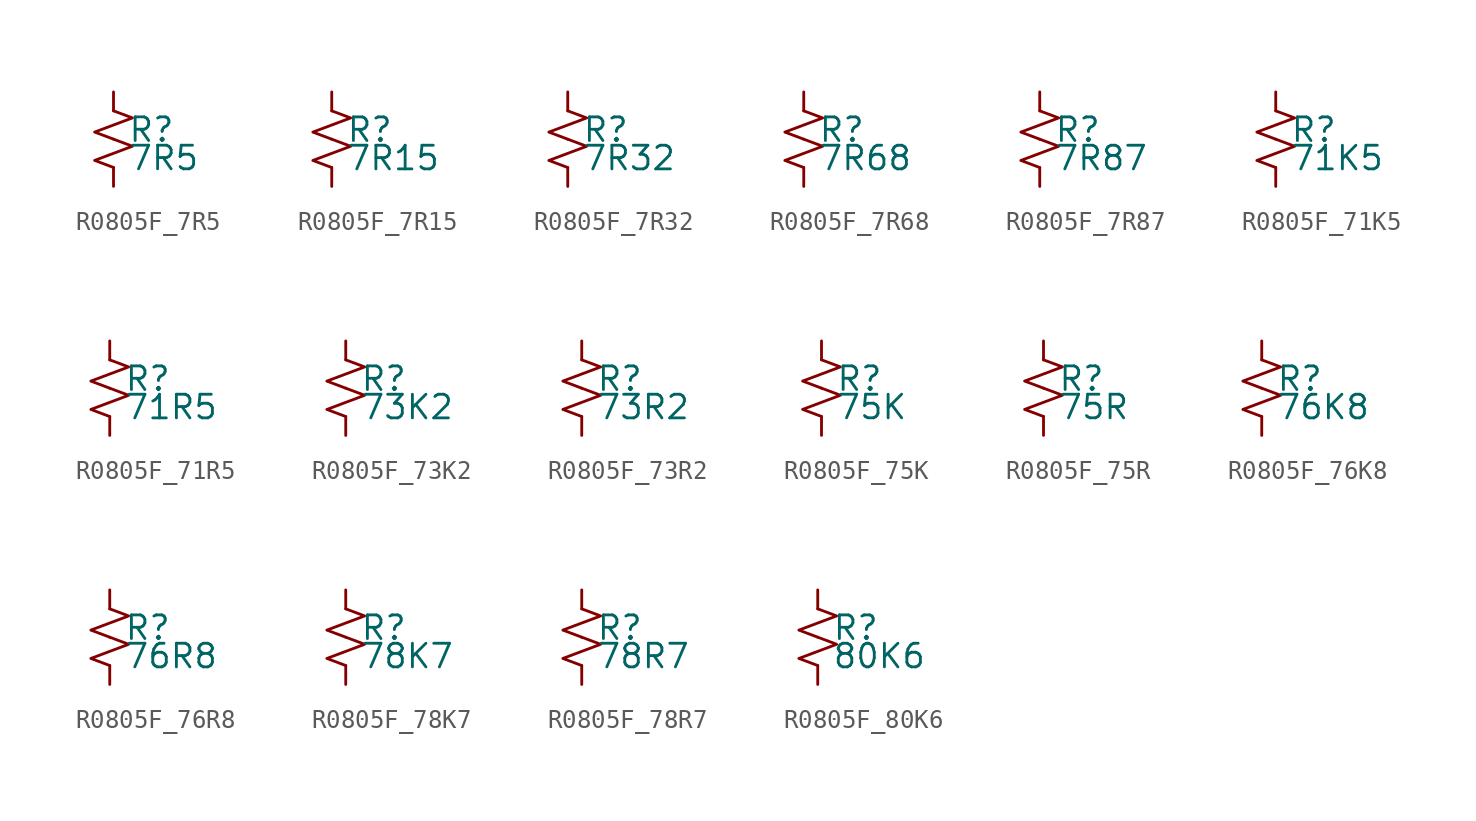
<source format=kicad_sym>
(kicad_symbol_lib
  (version 20220914)
  (generator kicad_symbol_editor)
  (symbol "R0805F_7R5"
    (pin_numbers hide)
    (pin_names
      (offset 0.254) hide)
    (property "Reference" "R"
      (at 0.762 0.508 0)
      (effects (font (size 1.27 1.27)) (justify left)))
    (property "Value" "7R5"
      (at 0.762 -1.016 0)
      (effects (font (size 1.27 1.27)) (justify left)))
    (symbol "R0805F_7R5_1_1"
      (polyline (pts (xy 0 0) (xy 1.016 -0.381) (xy 0 -0.762) (xy -1.016 -1.143) (xy 0 -1.524)) (stroke (width 0) (type default)) (fill (type none)))
      (polyline (pts (xy 0 1.524) (xy 1.016 1.143) (xy 0 0.762) (xy -1.016 0.381) (xy 0 0)) (stroke (width 0) (type default)) (fill (type none)))
      (pin passive line (at 0 2.54 270) (length 1.016) (name "~" (effects (font (size 1.27 1.27)))) (number "1" (effects (font (size 1.27 1.27)))))
      (pin passive line (at 0 -2.54 90) (length 1.016) (name "~" (effects (font (size 1.27 1.27)))) (number "2" (effects (font (size 1.27 1.27)))))))
  (symbol "R0805F_7R15"
    (pin_numbers hide)
    (pin_names
      (offset 0.254) hide)
    (property "Reference" "R"
      (at 0.762 0.508 0)
      (effects (font (size 1.27 1.27)) (justify left)))
    (property "Value" "7R15"
      (at 0.762 -1.016 0)
      (effects (font (size 1.27 1.27)) (justify left)))
    (symbol "R0805F_7R15_1_1"
      (polyline (pts (xy 0 0) (xy 1.016 -0.381) (xy 0 -0.762) (xy -1.016 -1.143) (xy 0 -1.524)) (stroke (width 0) (type default)) (fill (type none)))
      (polyline (pts (xy 0 1.524) (xy 1.016 1.143) (xy 0 0.762) (xy -1.016 0.381) (xy 0 0)) (stroke (width 0) (type default)) (fill (type none)))
      (pin passive line (at 0 2.54 270) (length 1.016) (name "~" (effects (font (size 1.27 1.27)))) (number "1" (effects (font (size 1.27 1.27)))))
      (pin passive line (at 0 -2.54 90) (length 1.016) (name "~" (effects (font (size 1.27 1.27)))) (number "2" (effects (font (size 1.27 1.27)))))))
  (symbol "R0805F_7R32"
    (pin_numbers hide)
    (pin_names
      (offset 0.254) hide)
    (property "Reference" "R"
      (at 0.762 0.508 0)
      (effects (font (size 1.27 1.27)) (justify left)))
    (property "Value" "7R32"
      (at 0.762 -1.016 0)
      (effects (font (size 1.27 1.27)) (justify left)))
    (symbol "R0805F_7R32_1_1"
      (polyline (pts (xy 0 0) (xy 1.016 -0.381) (xy 0 -0.762) (xy -1.016 -1.143) (xy 0 -1.524)) (stroke (width 0) (type default)) (fill (type none)))
      (polyline (pts (xy 0 1.524) (xy 1.016 1.143) (xy 0 0.762) (xy -1.016 0.381) (xy 0 0)) (stroke (width 0) (type default)) (fill (type none)))
      (pin passive line (at 0 2.54 270) (length 1.016) (name "~" (effects (font (size 1.27 1.27)))) (number "1" (effects (font (size 1.27 1.27)))))
      (pin passive line (at 0 -2.54 90) (length 1.016) (name "~" (effects (font (size 1.27 1.27)))) (number "2" (effects (font (size 1.27 1.27)))))))
  (symbol "R0805F_7R68"
    (pin_numbers hide)
    (pin_names
      (offset 0.254) hide)
    (property "Reference" "R"
      (at 0.762 0.508 0)
      (effects (font (size 1.27 1.27)) (justify left)))
    (property "Value" "7R68"
      (at 0.762 -1.016 0)
      (effects (font (size 1.27 1.27)) (justify left)))
    (symbol "R0805F_7R68_1_1"
      (polyline (pts (xy 0 0) (xy 1.016 -0.381) (xy 0 -0.762) (xy -1.016 -1.143) (xy 0 -1.524)) (stroke (width 0) (type default)) (fill (type none)))
      (polyline (pts (xy 0 1.524) (xy 1.016 1.143) (xy 0 0.762) (xy -1.016 0.381) (xy 0 0)) (stroke (width 0) (type default)) (fill (type none)))
      (pin passive line (at 0 2.54 270) (length 1.016) (name "~" (effects (font (size 1.27 1.27)))) (number "1" (effects (font (size 1.27 1.27)))))
      (pin passive line (at 0 -2.54 90) (length 1.016) (name "~" (effects (font (size 1.27 1.27)))) (number "2" (effects (font (size 1.27 1.27)))))))
  (symbol "R0805F_7R87"
    (pin_numbers hide)
    (pin_names
      (offset 0.254) hide)
    (property "Reference" "R"
      (at 0.762 0.508 0)
      (effects (font (size 1.27 1.27)) (justify left)))
    (property "Value" "7R87"
      (at 0.762 -1.016 0)
      (effects (font (size 1.27 1.27)) (justify left)))
    (symbol "R0805F_7R87_1_1"
      (polyline (pts (xy 0 0) (xy 1.016 -0.381) (xy 0 -0.762) (xy -1.016 -1.143) (xy 0 -1.524)) (stroke (width 0) (type default)) (fill (type none)))
      (polyline (pts (xy 0 1.524) (xy 1.016 1.143) (xy 0 0.762) (xy -1.016 0.381) (xy 0 0)) (stroke (width 0) (type default)) (fill (type none)))
      (pin passive line (at 0 2.54 270) (length 1.016) (name "~" (effects (font (size 1.27 1.27)))) (number "1" (effects (font (size 1.27 1.27)))))
      (pin passive line (at 0 -2.54 90) (length 1.016) (name "~" (effects (font (size 1.27 1.27)))) (number "2" (effects (font (size 1.27 1.27)))))))
  (symbol "R0805F_71K5"
    (pin_numbers hide)
    (pin_names
      (offset 0.254) hide)
    (property "Reference" "R"
      (at 0.762 0.508 0)
      (effects (font (size 1.27 1.27)) (justify left)))
    (property "Value" "71K5"
      (at 0.762 -1.016 0)
      (effects (font (size 1.27 1.27)) (justify left)))
    (symbol "R0805F_71K5_1_1"
      (polyline (pts (xy 0 0) (xy 1.016 -0.381) (xy 0 -0.762) (xy -1.016 -1.143) (xy 0 -1.524)) (stroke (width 0) (type default)) (fill (type none)))
      (polyline (pts (xy 0 1.524) (xy 1.016 1.143) (xy 0 0.762) (xy -1.016 0.381) (xy 0 0)) (stroke (width 0) (type default)) (fill (type none)))
      (pin passive line (at 0 2.54 270) (length 1.016) (name "~" (effects (font (size 1.27 1.27)))) (number "1" (effects (font (size 1.27 1.27)))))
      (pin passive line (at 0 -2.54 90) (length 1.016) (name "~" (effects (font (size 1.27 1.27)))) (number "2" (effects (font (size 1.27 1.27)))))))
  (symbol "R0805F_71R5"
    (pin_numbers hide)
    (pin_names
      (offset 0.254) hide)
    (property "Reference" "R"
      (at 0.762 0.508 0)
      (effects (font (size 1.27 1.27)) (justify left)))
    (property "Value" "71R5"
      (at 0.762 -1.016 0)
      (effects (font (size 1.27 1.27)) (justify left)))
    (symbol "R0805F_71R5_1_1"
      (polyline (pts (xy 0 0) (xy 1.016 -0.381) (xy 0 -0.762) (xy -1.016 -1.143) (xy 0 -1.524)) (stroke (width 0) (type default)) (fill (type none)))
      (polyline (pts (xy 0 1.524) (xy 1.016 1.143) (xy 0 0.762) (xy -1.016 0.381) (xy 0 0)) (stroke (width 0) (type default)) (fill (type none)))
      (pin passive line (at 0 2.54 270) (length 1.016) (name "~" (effects (font (size 1.27 1.27)))) (number "1" (effects (font (size 1.27 1.27)))))
      (pin passive line (at 0 -2.54 90) (length 1.016) (name "~" (effects (font (size 1.27 1.27)))) (number "2" (effects (font (size 1.27 1.27)))))))
  (symbol "R0805F_73K2"
    (pin_numbers hide)
    (pin_names
      (offset 0.254) hide)
    (property "Reference" "R"
      (at 0.762 0.508 0)
      (effects (font (size 1.27 1.27)) (justify left)))
    (property "Value" "73K2"
      (at 0.762 -1.016 0)
      (effects (font (size 1.27 1.27)) (justify left)))
    (symbol "R0805F_73K2_1_1"
      (polyline (pts (xy 0 0) (xy 1.016 -0.381) (xy 0 -0.762) (xy -1.016 -1.143) (xy 0 -1.524)) (stroke (width 0) (type default)) (fill (type none)))
      (polyline (pts (xy 0 1.524) (xy 1.016 1.143) (xy 0 0.762) (xy -1.016 0.381) (xy 0 0)) (stroke (width 0) (type default)) (fill (type none)))
      (pin passive line (at 0 2.54 270) (length 1.016) (name "~" (effects (font (size 1.27 1.27)))) (number "1" (effects (font (size 1.27 1.27)))))
      (pin passive line (at 0 -2.54 90) (length 1.016) (name "~" (effects (font (size 1.27 1.27)))) (number "2" (effects (font (size 1.27 1.27)))))))
  (symbol "R0805F_73R2"
    (pin_numbers hide)
    (pin_names
      (offset 0.254) hide)
    (property "Reference" "R"
      (at 0.762 0.508 0)
      (effects (font (size 1.27 1.27)) (justify left)))
    (property "Value" "73R2"
      (at 0.762 -1.016 0)
      (effects (font (size 1.27 1.27)) (justify left)))
    (symbol "R0805F_73R2_1_1"
      (polyline (pts (xy 0 0) (xy 1.016 -0.381) (xy 0 -0.762) (xy -1.016 -1.143) (xy 0 -1.524)) (stroke (width 0) (type default)) (fill (type none)))
      (polyline (pts (xy 0 1.524) (xy 1.016 1.143) (xy 0 0.762) (xy -1.016 0.381) (xy 0 0)) (stroke (width 0) (type default)) (fill (type none)))
      (pin passive line (at 0 2.54 270) (length 1.016) (name "~" (effects (font (size 1.27 1.27)))) (number "1" (effects (font (size 1.27 1.27)))))
      (pin passive line (at 0 -2.54 90) (length 1.016) (name "~" (effects (font (size 1.27 1.27)))) (number "2" (effects (font (size 1.27 1.27)))))))
  (symbol "R0805F_75K"
    (pin_numbers hide)
    (pin_names
      (offset 0.254) hide)
    (property "Reference" "R"
      (at 0.762 0.508 0)
      (effects (font (size 1.27 1.27)) (justify left)))
    (property "Value" "75K"
      (at 0.762 -1.016 0)
      (effects (font (size 1.27 1.27)) (justify left)))
    (symbol "R0805F_75K_1_1"
      (polyline (pts (xy 0 0) (xy 1.016 -0.381) (xy 0 -0.762) (xy -1.016 -1.143) (xy 0 -1.524)) (stroke (width 0) (type default)) (fill (type none)))
      (polyline (pts (xy 0 1.524) (xy 1.016 1.143) (xy 0 0.762) (xy -1.016 0.381) (xy 0 0)) (stroke (width 0) (type default)) (fill (type none)))
      (pin passive line (at 0 2.54 270) (length 1.016) (name "~" (effects (font (size 1.27 1.27)))) (number "1" (effects (font (size 1.27 1.27)))))
      (pin passive line (at 0 -2.54 90) (length 1.016) (name "~" (effects (font (size 1.27 1.27)))) (number "2" (effects (font (size 1.27 1.27)))))))
  (symbol "R0805F_75R"
    (pin_numbers hide)
    (pin_names
      (offset 0.254) hide)
    (property "Reference" "R"
      (at 0.762 0.508 0)
      (effects (font (size 1.27 1.27)) (justify left)))
    (property "Value" "75R"
      (at 0.762 -1.016 0)
      (effects (font (size 1.27 1.27)) (justify left)))
    (symbol "R0805F_75R_1_1"
      (polyline (pts (xy 0 0) (xy 1.016 -0.381) (xy 0 -0.762) (xy -1.016 -1.143) (xy 0 -1.524)) (stroke (width 0) (type default)) (fill (type none)))
      (polyline (pts (xy 0 1.524) (xy 1.016 1.143) (xy 0 0.762) (xy -1.016 0.381) (xy 0 0)) (stroke (width 0) (type default)) (fill (type none)))
      (pin passive line (at 0 2.54 270) (length 1.016) (name "~" (effects (font (size 1.27 1.27)))) (number "1" (effects (font (size 1.27 1.27)))))
      (pin passive line (at 0 -2.54 90) (length 1.016) (name "~" (effects (font (size 1.27 1.27)))) (number "2" (effects (font (size 1.27 1.27)))))))
  (symbol "R0805F_76K8"
    (pin_numbers hide)
    (pin_names
      (offset 0.254) hide)
    (property "Reference" "R"
      (at 0.762 0.508 0)
      (effects (font (size 1.27 1.27)) (justify left)))
    (property "Value" "76K8"
      (at 0.762 -1.016 0)
      (effects (font (size 1.27 1.27)) (justify left)))
    (symbol "R0805F_76K8_1_1"
      (polyline (pts (xy 0 0) (xy 1.016 -0.381) (xy 0 -0.762) (xy -1.016 -1.143) (xy 0 -1.524)) (stroke (width 0) (type default)) (fill (type none)))
      (polyline (pts (xy 0 1.524) (xy 1.016 1.143) (xy 0 0.762) (xy -1.016 0.381) (xy 0 0)) (stroke (width 0) (type default)) (fill (type none)))
      (pin passive line (at 0 2.54 270) (length 1.016) (name "~" (effects (font (size 1.27 1.27)))) (number "1" (effects (font (size 1.27 1.27)))))
      (pin passive line (at 0 -2.54 90) (length 1.016) (name "~" (effects (font (size 1.27 1.27)))) (number "2" (effects (font (size 1.27 1.27)))))))
  (symbol "R0805F_76R8"
    (pin_numbers hide)
    (pin_names
      (offset 0.254) hide)
    (property "Reference" "R"
      (at 0.762 0.508 0)
      (effects (font (size 1.27 1.27)) (justify left)))
    (property "Value" "76R8"
      (at 0.762 -1.016 0)
      (effects (font (size 1.27 1.27)) (justify left)))
    (symbol "R0805F_76R8_1_1"
      (polyline (pts (xy 0 0) (xy 1.016 -0.381) (xy 0 -0.762) (xy -1.016 -1.143) (xy 0 -1.524)) (stroke (width 0) (type default)) (fill (type none)))
      (polyline (pts (xy 0 1.524) (xy 1.016 1.143) (xy 0 0.762) (xy -1.016 0.381) (xy 0 0)) (stroke (width 0) (type default)) (fill (type none)))
      (pin passive line (at 0 2.54 270) (length 1.016) (name "~" (effects (font (size 1.27 1.27)))) (number "1" (effects (font (size 1.27 1.27)))))
      (pin passive line (at 0 -2.54 90) (length 1.016) (name "~" (effects (font (size 1.27 1.27)))) (number "2" (effects (font (size 1.27 1.27)))))))
  (symbol "R0805F_78K7"
    (pin_numbers hide)
    (pin_names
      (offset 0.254) hide)
    (property "Reference" "R"
      (at 0.762 0.508 0)
      (effects (font (size 1.27 1.27)) (justify left)))
    (property "Value" "78K7"
      (at 0.762 -1.016 0)
      (effects (font (size 1.27 1.27)) (justify left)))
    (symbol "R0805F_78K7_1_1"
      (polyline (pts (xy 0 0) (xy 1.016 -0.381) (xy 0 -0.762) (xy -1.016 -1.143) (xy 0 -1.524)) (stroke (width 0) (type default)) (fill (type none)))
      (polyline (pts (xy 0 1.524) (xy 1.016 1.143) (xy 0 0.762) (xy -1.016 0.381) (xy 0 0)) (stroke (width 0) (type default)) (fill (type none)))
      (pin passive line (at 0 2.54 270) (length 1.016) (name "~" (effects (font (size 1.27 1.27)))) (number "1" (effects (font (size 1.27 1.27)))))
      (pin passive line (at 0 -2.54 90) (length 1.016) (name "~" (effects (font (size 1.27 1.27)))) (number "2" (effects (font (size 1.27 1.27)))))))
  (symbol "R0805F_78R7"
    (pin_numbers hide)
    (pin_names
      (offset 0.254) hide)
    (property "Reference" "R"
      (at 0.762 0.508 0)
      (effects (font (size 1.27 1.27)) (justify left)))
    (property "Value" "78R7"
      (at 0.762 -1.016 0)
      (effects (font (size 1.27 1.27)) (justify left)))
    (symbol "R0805F_78R7_1_1"
      (polyline (pts (xy 0 0) (xy 1.016 -0.381) (xy 0 -0.762) (xy -1.016 -1.143) (xy 0 -1.524)) (stroke (width 0) (type default)) (fill (type none)))
      (polyline (pts (xy 0 1.524) (xy 1.016 1.143) (xy 0 0.762) (xy -1.016 0.381) (xy 0 0)) (stroke (width 0) (type default)) (fill (type none)))
      (pin passive line (at 0 2.54 270) (length 1.016) (name "~" (effects (font (size 1.27 1.27)))) (number "1" (effects (font (size 1.27 1.27)))))
      (pin passive line (at 0 -2.54 90) (length 1.016) (name "~" (effects (font (size 1.27 1.27)))) (number "2" (effects (font (size 1.27 1.27)))))))
  (symbol "R0805F_80K6"
    (pin_numbers hide)
    (pin_names
      (offset 0.254) hide)
    (property "Reference" "R"
      (at 0.762 0.508 0)
      (effects (font (size 1.27 1.27)) (justify left)))
    (property "Value" "80K6"
      (at 0.762 -1.016 0)
      (effects (font (size 1.27 1.27)) (justify left)))
    (symbol "R0805F_80K6_1_1"
      (polyline (pts (xy 0 0) (xy 1.016 -0.381) (xy 0 -0.762) (xy -1.016 -1.143) (xy 0 -1.524)) (stroke (width 0) (type default)) (fill (type none)))
      (polyline (pts (xy 0 1.524) (xy 1.016 1.143) (xy 0 0.762) (xy -1.016 0.381) (xy 0 0)) (stroke (width 0) (type default)) (fill (type none)))
      (pin passive line (at 0 2.54 270) (length 1.016) (name "~" (effects (font (size 1.27 1.27)))) (number "1" (effects (font (size 1.27 1.27)))))
      (pin passive line (at 0 -2.54 90) (length 1.016) (name "~" (effects (font (size 1.27 1.27)))) (number "2" (effects (font (size 1.27 1.27))))))))
</source>
